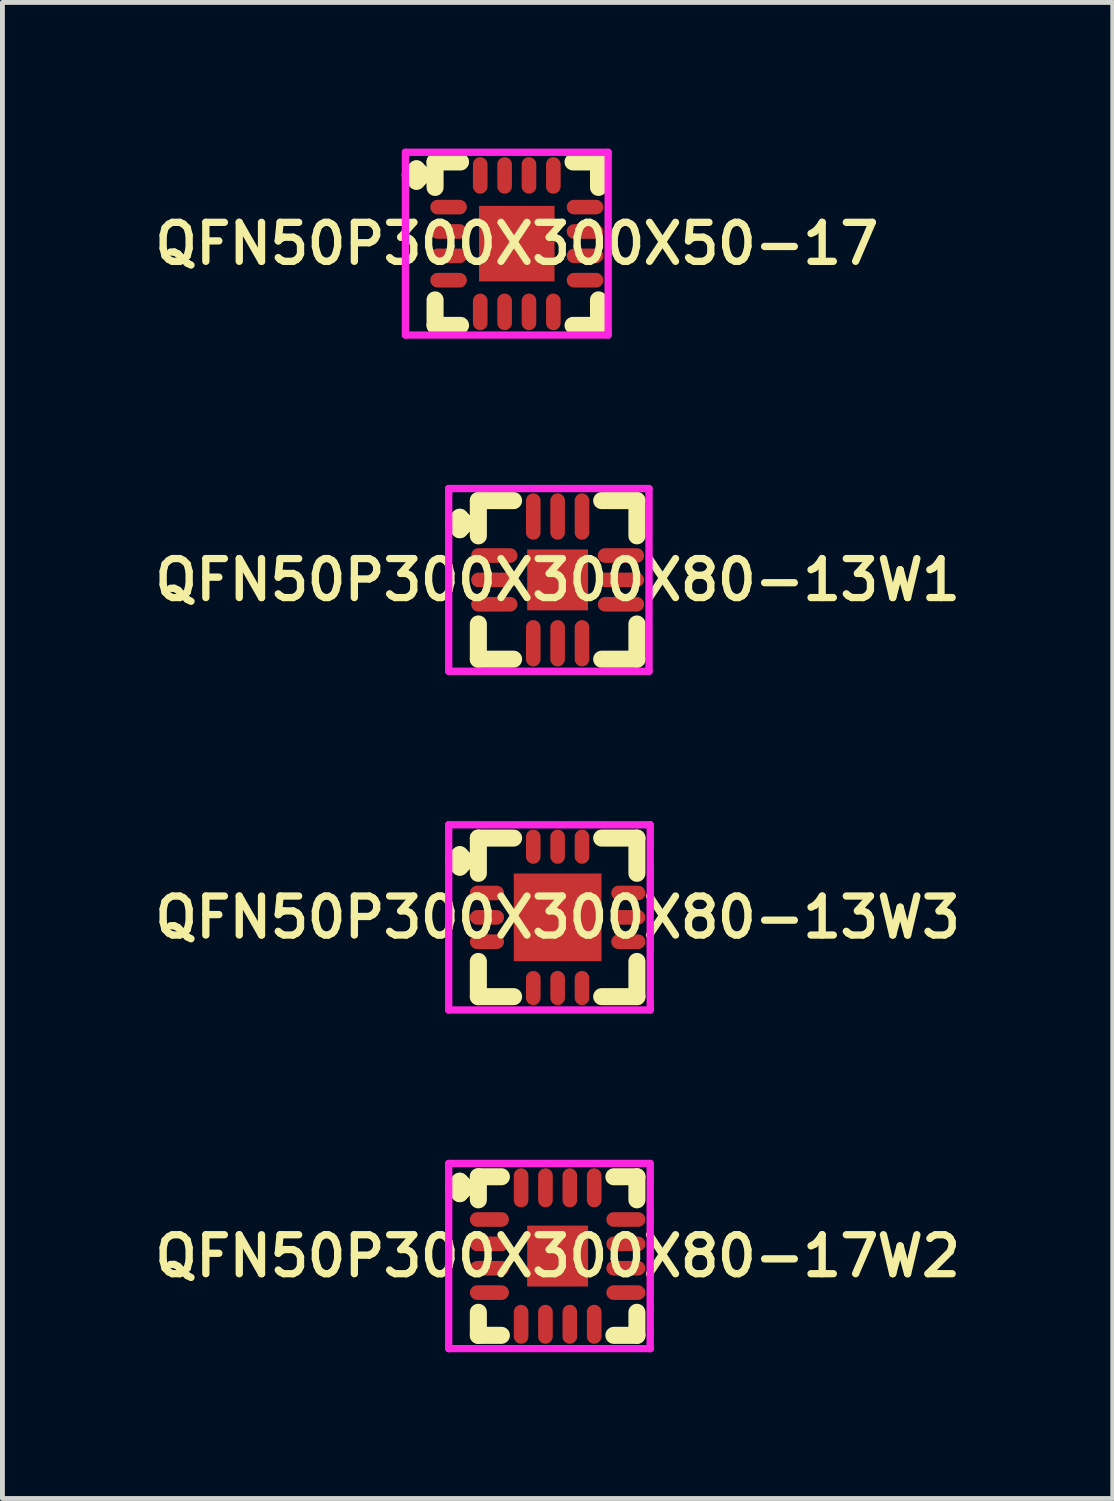
<source format=kicad_pcb>
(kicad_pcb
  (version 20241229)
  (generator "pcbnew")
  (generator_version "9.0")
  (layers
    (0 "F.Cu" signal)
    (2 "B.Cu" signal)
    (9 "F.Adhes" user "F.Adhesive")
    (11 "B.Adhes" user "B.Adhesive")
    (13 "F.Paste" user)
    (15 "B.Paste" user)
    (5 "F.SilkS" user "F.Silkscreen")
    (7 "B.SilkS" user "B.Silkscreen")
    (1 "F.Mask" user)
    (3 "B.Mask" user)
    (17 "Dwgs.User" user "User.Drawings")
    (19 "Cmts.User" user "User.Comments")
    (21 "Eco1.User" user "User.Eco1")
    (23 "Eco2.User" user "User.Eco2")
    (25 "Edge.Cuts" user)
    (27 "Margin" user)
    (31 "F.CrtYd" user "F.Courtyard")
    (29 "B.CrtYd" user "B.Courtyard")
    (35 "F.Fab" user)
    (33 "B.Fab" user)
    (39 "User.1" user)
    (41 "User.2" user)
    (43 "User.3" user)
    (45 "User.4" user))
  (footprint "QFN50P300X300X80-13W1"
    (layer "F.Cu")
    (at 8.393 8.85)
    (property "Reference" "QFN50P300X300X80-13W1" (at 0 0 0) (layer "F.SilkS") (effects (font (size 0.8 0.8) (thickness 0.15))))
    (attr smd)
    (fp_line (start -2.135 -1.158) (end -2.008 -1.285) (stroke (width 0.35) (type solid)) (layer "F.SilkS"))
    (fp_line (start -2.008 -1.285) (end -1.881 -1.158) (stroke (width 0.35) (type solid)) (layer "F.SilkS"))
    (fp_line (start -2.008 -1.031) (end -2.135 -1.158) (stroke (width 0.35) (type solid)) (layer "F.SilkS"))
    (fp_line (start -1.881 -1.158) (end -2.008 -1.031) (stroke (width 0.35) (type solid)) (layer "F.SilkS"))
    (fp_line (start -1.627 -1.627) (end -0.904 -1.627) (stroke (width 0.35) (type solid)) (layer "F.SilkS"))
    (fp_line (start -1.627 -0.904) (end -1.627 -1.627) (stroke (width 0.35) (type solid)) (layer "F.SilkS"))
    (fp_line (start -1.627 0.904) (end -1.627 1.627) (stroke (width 0.35) (type solid)) (layer "F.SilkS"))
    (fp_line (start -1.627 1.627) (end -0.904 1.627) (stroke (width 0.35) (type solid)) (layer "F.SilkS"))
    (fp_line (start 0.904 -1.627) (end 1.627 -1.627) (stroke (width 0.35) (type solid)) (layer "F.SilkS"))
    (fp_line (start 0.904 1.627) (end 1.627 1.627) (stroke (width 0.35) (type solid)) (layer "F.SilkS"))
    (fp_line (start 1.627 -1.627) (end 1.627 -0.904) (stroke (width 0.35) (type solid)) (layer "F.SilkS"))
    (fp_line (start 1.627 1.627) (end 1.627 0.904) (stroke (width 0.35) (type solid)) (layer "F.SilkS"))
    (fp_line (start -2.235 -1.875) (end 1.875 -1.875) (stroke (width 0.15) (type solid)) (layer "F.CrtYd"))
    (fp_line (start -2.235 1.875) (end -2.235 -1.875) (stroke (width 0.15) (type solid)) (layer "F.CrtYd"))
    (fp_line (start 1.875 -1.875) (end 1.875 1.875) (stroke (width 0.15) (type solid)) (layer "F.CrtYd"))
    (fp_line (start 1.875 1.875) (end -2.235 1.875) (stroke (width 0.15) (type solid)) (layer "F.CrtYd"))
    (pad "1" smd oval (at -1.3 -0.5) (size 0.95 0.3) (layers "F.Cu" "F.Mask" "F.Paste"))
    (pad "2" smd oval (at -1.3 0) (size 0.95 0.3) (layers "F.Cu" "F.Mask" "F.Paste"))
    (pad "3" smd oval (at -1.3 0.5) (size 0.95 0.3) (layers "F.Cu" "F.Mask" "F.Paste"))
    (pad "4" smd oval (at -0.5 1.3) (size 0.3 0.95) (layers "F.Cu" "F.Mask" "F.Paste"))
    (pad "5" smd oval (at 0 1.3) (size 0.3 0.95) (layers "F.Cu" "F.Mask" "F.Paste"))
    (pad "6" smd oval (at 0.5 1.3) (size 0.3 0.95) (layers "F.Cu" "F.Mask" "F.Paste"))
    (pad "7" smd oval (at 1.3 0.5) (size 0.95 0.3) (layers "F.Cu" "F.Mask" "F.Paste"))
    (pad "8" smd oval (at 1.3 0) (size 0.95 0.3) (layers "F.Cu" "F.Mask" "F.Paste"))
    (pad "9" smd oval (at 1.3 -0.5) (size 0.95 0.3) (layers "F.Cu" "F.Mask" "F.Paste"))
    (pad "10" smd oval (at 0.5 -1.3) (size 0.3 0.95) (layers "F.Cu" "F.Mask" "F.Paste"))
    (pad "11" smd oval (at 0 -1.3) (size 0.3 0.95) (layers "F.Cu" "F.Mask" "F.Paste"))
    (pad "12" smd oval (at -0.5 -1.3) (size 0.3 0.95) (layers "F.Cu" "F.Mask" "F.Paste"))
    (pad "13" smd rect (at 0 0) (size 1.25 1.25) (layers "F.Cu" "F.Mask" "F.Paste")))
  (footprint "QFN50P300X300X80-13W3"
    (layer "F.Cu")
    (at 8.393 15.775)
    (property "Reference" "QFN50P300X300X80-13W3" (at 0 0 0) (layer "F.SilkS") (effects (font (size 0.8 0.8) (thickness 0.15))))
    (attr smd)
    (fp_line (start -2.135 -1.158) (end -2.008 -1.285) (stroke (width 0.35) (type solid)) (layer "F.SilkS"))
    (fp_line (start -2.008 -1.285) (end -1.881 -1.158) (stroke (width 0.35) (type solid)) (layer "F.SilkS"))
    (fp_line (start -2.008 -1.031) (end -2.135 -1.158) (stroke (width 0.35) (type solid)) (layer "F.SilkS"))
    (fp_line (start -1.881 -1.158) (end -2.008 -1.031) (stroke (width 0.35) (type solid)) (layer "F.SilkS"))
    (fp_line (start -1.627 -1.627) (end -0.904 -1.627) (stroke (width 0.35) (type solid)) (layer "F.SilkS"))
    (fp_line (start -1.627 -0.904) (end -1.627 -1.627) (stroke (width 0.35) (type solid)) (layer "F.SilkS"))
    (fp_line (start -1.627 0.904) (end -1.627 1.627) (stroke (width 0.35) (type solid)) (layer "F.SilkS"))
    (fp_line (start -1.627 1.627) (end -0.904 1.627) (stroke (width 0.35) (type solid)) (layer "F.SilkS"))
    (fp_line (start 0.904 -1.627) (end 1.627 -1.627) (stroke (width 0.35) (type solid)) (layer "F.SilkS"))
    (fp_line (start 0.904 1.627) (end 1.627 1.627) (stroke (width 0.35) (type solid)) (layer "F.SilkS"))
    (fp_line (start 1.627 -1.627) (end 1.627 -0.904) (stroke (width 0.35) (type solid)) (layer "F.SilkS"))
    (fp_line (start 1.627 1.627) (end 1.627 0.904) (stroke (width 0.35) (type solid)) (layer "F.SilkS"))
    (fp_line (start -2.235 -1.9) (end 1.9 -1.9) (stroke (width 0.15) (type solid)) (layer "F.CrtYd"))
    (fp_line (start -2.235 1.9) (end -2.235 -1.9) (stroke (width 0.15) (type solid)) (layer "F.CrtYd"))
    (fp_line (start 1.9 -1.9) (end 1.9 1.9) (stroke (width 0.15) (type solid)) (layer "F.CrtYd"))
    (fp_line (start 1.9 1.9) (end -2.235 1.9) (stroke (width 0.15) (type solid)) (layer "F.CrtYd"))
    (pad "1" smd oval (at -1.45 -0.5) (size 0.7 0.3) (layers "F.Cu" "F.Mask" "F.Paste"))
    (pad "2" smd oval (at -1.45 0) (size 0.7 0.3) (layers "F.Cu" "F.Mask" "F.Paste"))
    (pad "3" smd oval (at -1.45 0.5) (size 0.7 0.3) (layers "F.Cu" "F.Mask" "F.Paste"))
    (pad "4" smd oval (at -0.5 1.45) (size 0.3 0.7) (layers "F.Cu" "F.Mask" "F.Paste"))
    (pad "5" smd oval (at 0 1.45) (size 0.3 0.7) (layers "F.Cu" "F.Mask" "F.Paste"))
    (pad "6" smd oval (at 0.5 1.45) (size 0.3 0.7) (layers "F.Cu" "F.Mask" "F.Paste"))
    (pad "7" smd oval (at 1.45 0.5) (size 0.7 0.3) (layers "F.Cu" "F.Mask" "F.Paste"))
    (pad "8" smd oval (at 1.45 0) (size 0.7 0.3) (layers "F.Cu" "F.Mask" "F.Paste"))
    (pad "9" smd oval (at 1.45 -0.5) (size 0.7 0.3) (layers "F.Cu" "F.Mask" "F.Paste"))
    (pad "10" smd oval (at 0.5 -1.45) (size 0.3 0.7) (layers "F.Cu" "F.Mask" "F.Paste"))
    (pad "11" smd oval (at 0 -1.45) (size 0.3 0.7) (layers "F.Cu" "F.Mask" "F.Paste"))
    (pad "12" smd oval (at -0.5 -1.45) (size 0.3 0.7) (layers "F.Cu" "F.Mask" "F.Paste"))
    (pad "13" smd rect (at 0 0) (size 1.8 1.8) (layers "F.Cu" "F.Mask" "F.Paste")))
  (footprint "QFN50P300X300X80-17W2"
    (layer "F.Cu")
    (at 8.393 22.725)
    (property "Reference" "QFN50P300X300X80-17W2" (at 0 0 0) (layer "F.SilkS") (effects (font (size 0.8 0.8) (thickness 0.15))))
    (attr smd)
    (fp_line (start -2.135 -1.408) (end -2.008 -1.535) (stroke (width 0.35) (type solid)) (layer "F.SilkS"))
    (fp_line (start -2.008 -1.535) (end -1.881 -1.408) (stroke (width 0.35) (type solid)) (layer "F.SilkS"))
    (fp_line (start -2.008 -1.281) (end -2.135 -1.408) (stroke (width 0.35) (type solid)) (layer "F.SilkS"))
    (fp_line (start -1.881 -1.408) (end -2.008 -1.281) (stroke (width 0.35) (type solid)) (layer "F.SilkS"))
    (fp_line (start -1.627 -1.627) (end -1.154 -1.627) (stroke (width 0.35) (type solid)) (layer "F.SilkS"))
    (fp_line (start -1.627 -1.154) (end -1.627 -1.627) (stroke (width 0.35) (type solid)) (layer "F.SilkS"))
    (fp_line (start -1.627 1.154) (end -1.627 1.627) (stroke (width 0.35) (type solid)) (layer "F.SilkS"))
    (fp_line (start -1.627 1.627) (end -1.154 1.627) (stroke (width 0.35) (type solid)) (layer "F.SilkS"))
    (fp_line (start 1.154 -1.627) (end 1.627 -1.627) (stroke (width 0.35) (type solid)) (layer "F.SilkS"))
    (fp_line (start 1.154 1.627) (end 1.627 1.627) (stroke (width 0.35) (type solid)) (layer "F.SilkS"))
    (fp_line (start 1.627 -1.627) (end 1.627 -1.154) (stroke (width 0.35) (type solid)) (layer "F.SilkS"))
    (fp_line (start 1.627 1.627) (end 1.627 1.154) (stroke (width 0.35) (type solid)) (layer "F.SilkS"))
    (fp_line (start -2.235 -1.9) (end 1.9 -1.9) (stroke (width 0.15) (type solid)) (layer "F.CrtYd"))
    (fp_line (start -2.235 1.9) (end -2.235 -1.9) (stroke (width 0.15) (type solid)) (layer "F.CrtYd"))
    (fp_line (start 1.9 -1.9) (end 1.9 1.9) (stroke (width 0.15) (type solid)) (layer "F.CrtYd"))
    (fp_line (start 1.9 1.9) (end -2.235 1.9) (stroke (width 0.15) (type solid)) (layer "F.CrtYd"))
    (pad "1" smd oval (at -1.4 -0.75) (size 0.8 0.3) (layers "F.Cu" "F.Mask" "F.Paste"))
    (pad "2" smd oval (at -1.4 -0.25) (size 0.8 0.3) (layers "F.Cu" "F.Mask" "F.Paste"))
    (pad "3" smd oval (at -1.4 0.25) (size 0.8 0.3) (layers "F.Cu" "F.Mask" "F.Paste"))
    (pad "4" smd oval (at -1.4 0.75) (size 0.8 0.3) (layers "F.Cu" "F.Mask" "F.Paste"))
    (pad "5" smd oval (at -0.75 1.4) (size 0.3 0.8) (layers "F.Cu" "F.Mask" "F.Paste"))
    (pad "6" smd oval (at -0.25 1.4) (size 0.3 0.8) (layers "F.Cu" "F.Mask" "F.Paste"))
    (pad "7" smd oval (at 0.25 1.4) (size 0.3 0.8) (layers "F.Cu" "F.Mask" "F.Paste"))
    (pad "8" smd oval (at 0.75 1.4) (size 0.3 0.8) (layers "F.Cu" "F.Mask" "F.Paste"))
    (pad "9" smd oval (at 1.4 0.75) (size 0.8 0.3) (layers "F.Cu" "F.Mask" "F.Paste"))
    (pad "10" smd oval (at 1.4 0.25) (size 0.8 0.3) (layers "F.Cu" "F.Mask" "F.Paste"))
    (pad "11" smd oval (at 1.4 -0.25) (size 0.8 0.3) (layers "F.Cu" "F.Mask" "F.Paste"))
    (pad "12" smd oval (at 1.4 -0.75) (size 0.8 0.3) (layers "F.Cu" "F.Mask" "F.Paste"))
    (pad "13" smd oval (at 0.75 -1.4) (size 0.3 0.8) (layers "F.Cu" "F.Mask" "F.Paste"))
    (pad "14" smd oval (at 0.25 -1.4) (size 0.3 0.8) (layers "F.Cu" "F.Mask" "F.Paste"))
    (pad "15" smd oval (at -0.25 -1.4) (size 0.3 0.8) (layers "F.Cu" "F.Mask" "F.Paste"))
    (pad "16" smd oval (at -0.75 -1.4) (size 0.3 0.8) (layers "F.Cu" "F.Mask" "F.Paste"))
    (pad "17" smd rect (at 0 0) (size 1.25 1.25) (layers "F.Cu" "F.Mask" "F.Paste")))
  (footprint "QFN50P300X300X50-17"
    (layer "F.Cu")
    (at 7.555 1.95)
    (property "Reference" "QFN50P300X300X50-17" (at 0 0 0) (layer "F.SilkS") (effects (font (size 0.8 0.8) (thickness 0.15))))
    (attr smd)
    (fp_line (start -2.185 -1.408) (end -2.058 -1.535) (stroke (width 0.35) (type solid)) (layer "F.SilkS"))
    (fp_line (start -2.058 -1.535) (end -1.931 -1.408) (stroke (width 0.35) (type solid)) (layer "F.SilkS"))
    (fp_line (start -2.058 -1.281) (end -2.185 -1.408) (stroke (width 0.35) (type solid)) (layer "F.SilkS"))
    (fp_line (start -1.931 -1.408) (end -2.058 -1.281) (stroke (width 0.35) (type solid)) (layer "F.SilkS"))
    (fp_line (start -1.677 -1.677) (end -1.154 -1.677) (stroke (width 0.35) (type solid)) (layer "F.SilkS"))
    (fp_line (start -1.677 -1.154) (end -1.677 -1.677) (stroke (width 0.35) (type solid)) (layer "F.SilkS"))
    (fp_line (start -1.677 1.154) (end -1.677 1.677) (stroke (width 0.35) (type solid)) (layer "F.SilkS"))
    (fp_line (start -1.677 1.677) (end -1.154 1.677) (stroke (width 0.35) (type solid)) (layer "F.SilkS"))
    (fp_line (start 1.154 -1.677) (end 1.677 -1.677) (stroke (width 0.35) (type solid)) (layer "F.SilkS"))
    (fp_line (start 1.154 1.677) (end 1.677 1.677) (stroke (width 0.35) (type solid)) (layer "F.SilkS"))
    (fp_line (start 1.677 -1.677) (end 1.677 -1.154) (stroke (width 0.35) (type solid)) (layer "F.SilkS"))
    (fp_line (start 1.677 1.677) (end 1.677 1.154) (stroke (width 0.35) (type solid)) (layer "F.SilkS"))
    (fp_line (start -2.285 -1.875) (end 1.875 -1.875) (stroke (width 0.15) (type solid)) (layer "F.CrtYd"))
    (fp_line (start -2.285 1.875) (end -2.285 -1.875) (stroke (width 0.15) (type solid)) (layer "F.CrtYd"))
    (fp_line (start 1.875 -1.875) (end 1.875 1.875) (stroke (width 0.15) (type solid)) (layer "F.CrtYd"))
    (fp_line (start 1.875 1.875) (end -2.285 1.875) (stroke (width 0.15) (type solid)) (layer "F.CrtYd"))
    (pad "1" smd oval (at -1.4 -0.75) (size 0.75 0.3) (layers "F.Cu" "F.Mask" "F.Paste"))
    (pad "2" smd oval (at -1.4 -0.25) (size 0.75 0.3) (layers "F.Cu" "F.Mask" "F.Paste"))
    (pad "3" smd oval (at -1.4 0.25) (size 0.75 0.3) (layers "F.Cu" "F.Mask" "F.Paste"))
    (pad "4" smd oval (at -1.4 0.75) (size 0.75 0.3) (layers "F.Cu" "F.Mask" "F.Paste"))
    (pad "5" smd oval (at -0.75 1.4) (size 0.3 0.75) (layers "F.Cu" "F.Mask" "F.Paste"))
    (pad "6" smd oval (at -0.25 1.4) (size 0.3 0.75) (layers "F.Cu" "F.Mask" "F.Paste"))
    (pad "7" smd oval (at 0.25 1.4) (size 0.3 0.75) (layers "F.Cu" "F.Mask" "F.Paste"))
    (pad "8" smd oval (at 0.75 1.4) (size 0.3 0.75) (layers "F.Cu" "F.Mask" "F.Paste"))
    (pad "9" smd oval (at 1.4 0.75) (size 0.75 0.3) (layers "F.Cu" "F.Mask" "F.Paste"))
    (pad "10" smd oval (at 1.4 0.25) (size 0.75 0.3) (layers "F.Cu" "F.Mask" "F.Paste"))
    (pad "11" smd oval (at 1.4 -0.25) (size 0.75 0.3) (layers "F.Cu" "F.Mask" "F.Paste"))
    (pad "12" smd oval (at 1.4 -0.75) (size 0.75 0.3) (layers "F.Cu" "F.Mask" "F.Paste"))
    (pad "13" smd oval (at 0.75 -1.4) (size 0.3 0.75) (layers "F.Cu" "F.Mask" "F.Paste"))
    (pad "14" smd oval (at 0.25 -1.4) (size 0.3 0.75) (layers "F.Cu" "F.Mask" "F.Paste"))
    (pad "15" smd oval (at -0.25 -1.4) (size 0.3 0.75) (layers "F.Cu" "F.Mask" "F.Paste"))
    (pad "16" smd oval (at -0.75 -1.4) (size 0.3 0.75) (layers "F.Cu" "F.Mask" "F.Paste"))
    (pad "17" smd rect (at 0 0) (size 1.55 1.55) (layers "F.Cu" "F.Mask" "F.Paste")))
  (gr_rect
    (start -3 -3)
    (end 19.785 27.7)
    (stroke (width 0.1) (type default))
    (fill no)
    (layer "Edge.Cuts")))
</source>
